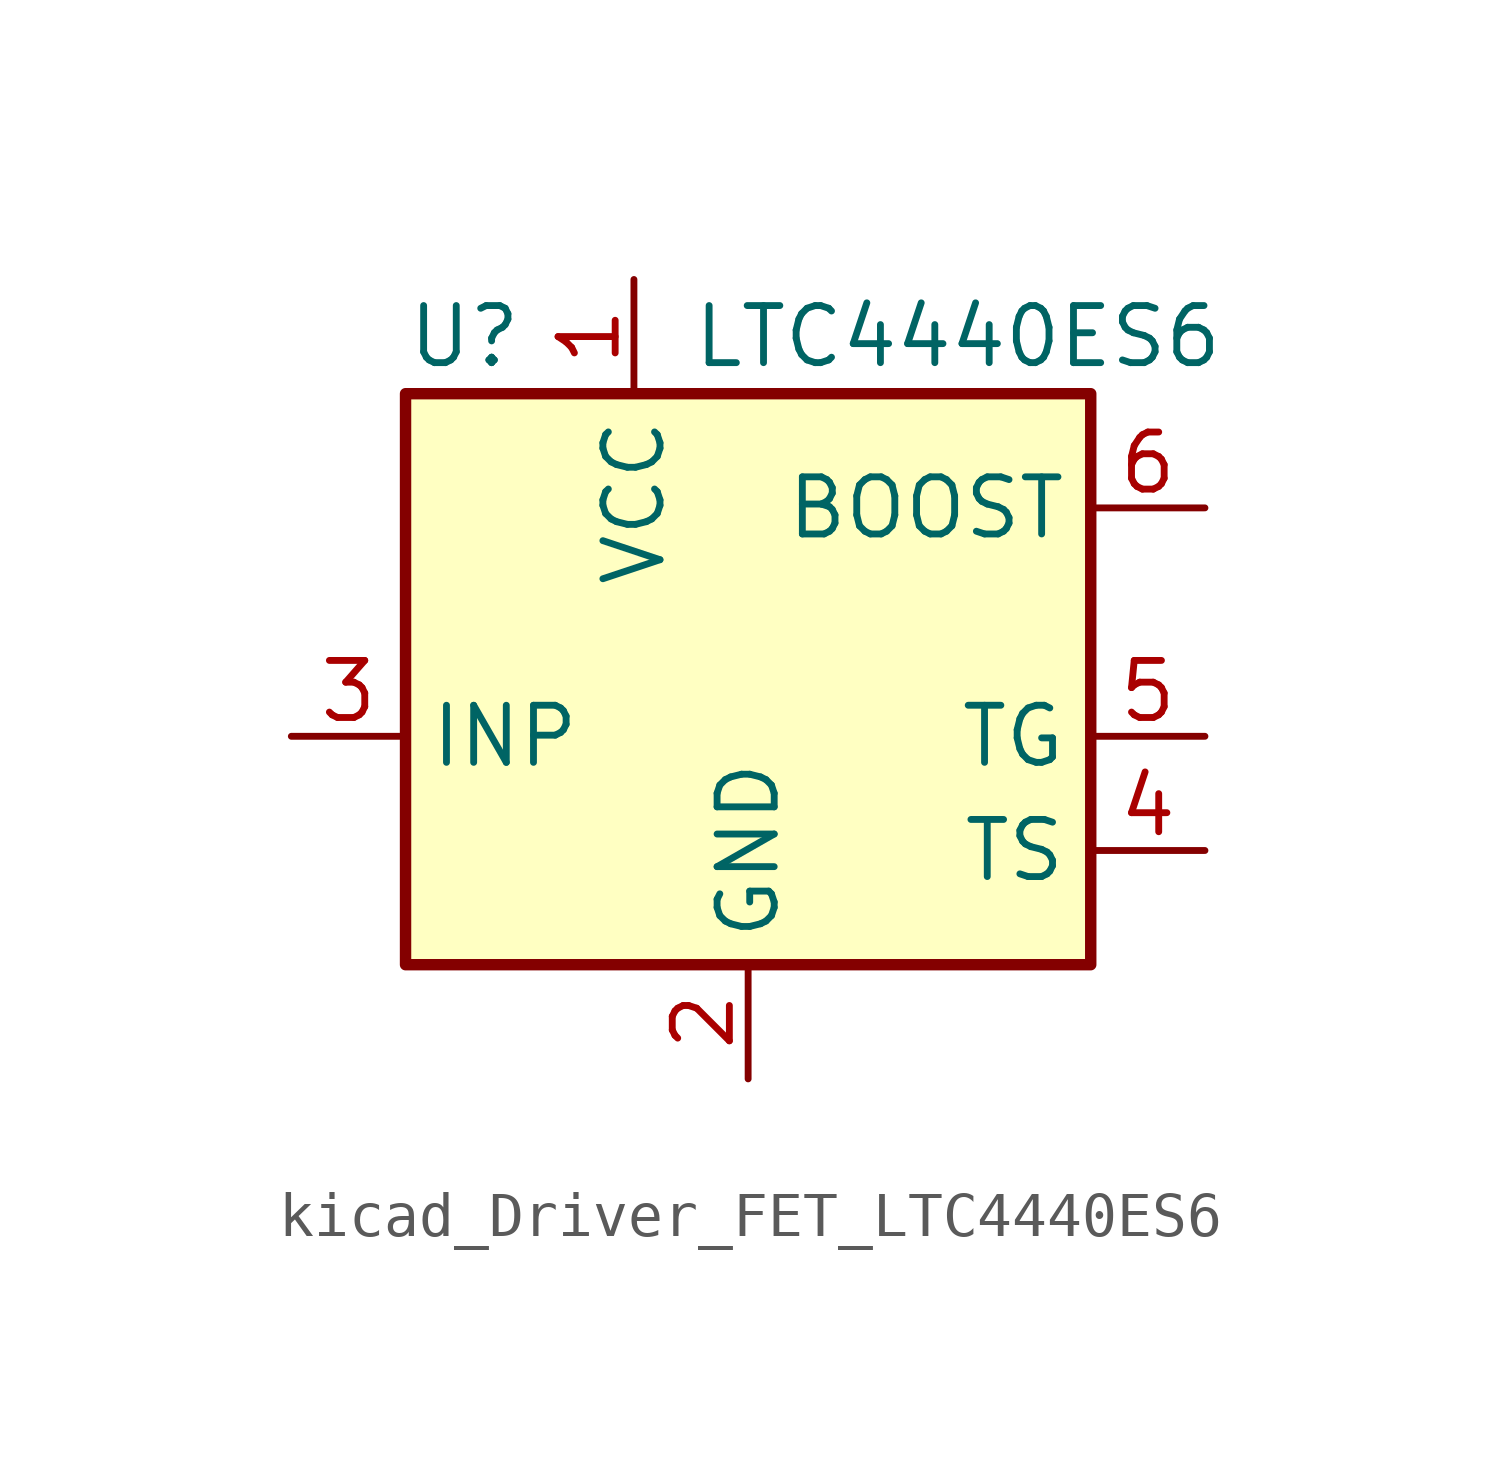
<source format=kicad_sym>
(kicad_symbol_lib
  (version 20220914)
  (generator kicad_symbol_editor)
  (symbol "kicad_Driver_FET_LTC4440ES6"
    (property "Reference" "U"
      (at -7.62 8.89 0)
      (effects (font (size 1.27 1.27)) (justify left)))
    (property "Value" "LTC4440ES6"
      (at -1.27 8.89 0)
      (effects (font (size 1.27 1.27)) (justify left)))
    (symbol "kicad_Driver_FET_LTC4440ES6_0_1"
      (rectangle (start -7.62 7.62) (end 7.62 -5.08) (stroke (width 0.254) (type default)) (fill (type background))))
    (symbol "kicad_Driver_FET_LTC4440ES6_1_1"
      (pin power_in line (at -2.54 10.16 270) (length 2.54) (name "VCC" (effects (font (size 1.27 1.27)))) (number "1" (effects (font (size 1.27 1.27)))))
      (pin power_in line (at 0 -7.62 90) (length 2.54) (name "GND" (effects (font (size 1.27 1.27)))) (number "2" (effects (font (size 1.27 1.27)))))
      (pin input line (at -10.16 0 0) (length 2.54) (name "INP" (effects (font (size 1.27 1.27)))) (number "3" (effects (font (size 1.27 1.27)))))
      (pin input line (at 10.16 -2.54 180) (length 2.54) (name "TS" (effects (font (size 1.27 1.27)))) (number "4" (effects (font (size 1.27 1.27)))))
      (pin output line (at 10.16 0 180) (length 2.54) (name "TG" (effects (font (size 1.27 1.27)))) (number "5" (effects (font (size 1.27 1.27)))))
      (pin input line (at 10.16 5.08 180) (length 2.54) (name "BOOST" (effects (font (size 1.27 1.27)))) (number "6" (effects (font (size 1.27 1.27))))))))
</source>
